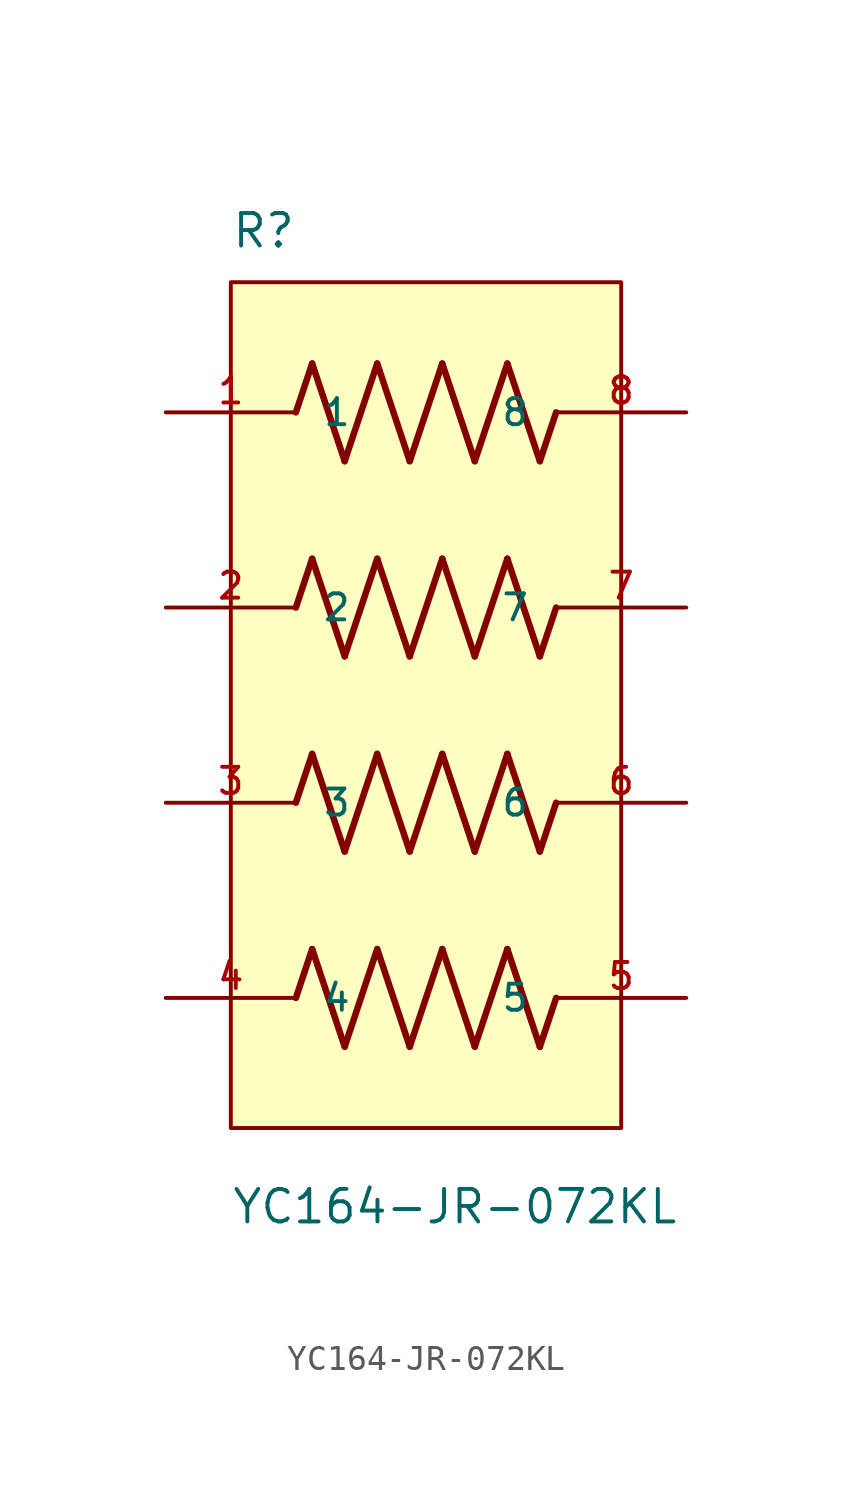
<source format=kicad_sym>
(kicad_symbol_lib
  (version 20211014)
  (generator kicad_symbol_editor)
  (symbol "YC164-JR-072KL"
    (pin_names
      (offset 1.016))
    (property "Reference" "R"
      (at -7.62 16.51 0)
      (effects (font (size 1.27 1.27)) (justify bottom left)))
    (property "Value" "YC164-JR-072KL"
      (at -7.62 -21.59 0)
      (effects (font (size 1.27 1.27)) (justify bottom left)))
    (symbol "YC164-JR-072KL_0_0"
      (polyline (pts (xy -5.08 10.16) (xy -4.445 12.065)) (stroke (width 0.254)))
      (polyline (pts (xy -4.445 12.065) (xy -3.175 8.255)) (stroke (width 0.254)))
      (polyline (pts (xy -3.175 8.255) (xy -1.905 12.065)) (stroke (width 0.254)))
      (polyline (pts (xy -1.905 12.065) (xy -0.635 8.255)) (stroke (width 0.254)))
      (polyline (pts (xy -0.635 8.255) (xy 0.635 12.065)) (stroke (width 0.254)))
      (polyline (pts (xy 0.635 12.065) (xy 1.905 8.255)) (stroke (width 0.254)))
      (polyline (pts (xy 1.905 8.255) (xy 3.175 12.065)) (stroke (width 0.254)))
      (polyline (pts (xy 3.175 12.065) (xy 4.445 8.255)) (stroke (width 0.254)))
      (polyline (pts (xy 4.445 8.255) (xy 5.08 10.16)) (stroke (width 0.254)))
      (polyline (pts (xy -5.08 2.54) (xy -4.445 4.445)) (stroke (width 0.254)))
      (polyline (pts (xy -4.445 4.445) (xy -3.175 0.635)) (stroke (width 0.254)))
      (polyline (pts (xy -3.175 0.635) (xy -1.905 4.445)) (stroke (width 0.254)))
      (polyline (pts (xy -1.905 4.445) (xy -0.635 0.635)) (stroke (width 0.254)))
      (polyline (pts (xy -0.635 0.635) (xy 0.635 4.445)) (stroke (width 0.254)))
      (polyline (pts (xy 0.635 4.445) (xy 1.905 0.635)) (stroke (width 0.254)))
      (polyline (pts (xy 1.905 0.635) (xy 3.175 4.445)) (stroke (width 0.254)))
      (polyline (pts (xy 3.175 4.445) (xy 4.445 0.635)) (stroke (width 0.254)))
      (polyline (pts (xy 4.445 0.635) (xy 5.08 2.54)) (stroke (width 0.254)))
      (polyline (pts (xy -5.08 -5.08) (xy -4.445 -3.175)) (stroke (width 0.254)))
      (polyline (pts (xy -4.445 -3.175) (xy -3.175 -6.985)) (stroke (width 0.254)))
      (polyline (pts (xy -3.175 -6.985) (xy -1.905 -3.175)) (stroke (width 0.254)))
      (polyline (pts (xy -1.905 -3.175) (xy -0.635 -6.985)) (stroke (width 0.254)))
      (polyline (pts (xy -0.635 -6.985) (xy 0.635 -3.175)) (stroke (width 0.254)))
      (polyline (pts (xy 0.635 -3.175) (xy 1.905 -6.985)) (stroke (width 0.254)))
      (polyline (pts (xy 1.905 -6.985) (xy 3.175 -3.175)) (stroke (width 0.254)))
      (polyline (pts (xy 3.175 -3.175) (xy 4.445 -6.985)) (stroke (width 0.254)))
      (polyline (pts (xy 4.445 -6.985) (xy 5.08 -5.08)) (stroke (width 0.254)))
      (polyline (pts (xy -5.08 -12.7) (xy -4.445 -10.795)) (stroke (width 0.254)))
      (polyline (pts (xy -4.445 -10.795) (xy -3.175 -14.605)) (stroke (width 0.254)))
      (polyline (pts (xy -3.175 -14.605) (xy -1.905 -10.795)) (stroke (width 0.254)))
      (polyline (pts (xy -1.905 -10.795) (xy -0.635 -14.605)) (stroke (width 0.254)))
      (polyline (pts (xy -0.635 -14.605) (xy 0.635 -10.795)) (stroke (width 0.254)))
      (polyline (pts (xy 0.635 -10.795) (xy 1.905 -14.605)) (stroke (width 0.254)))
      (polyline (pts (xy 1.905 -14.605) (xy 3.175 -10.795)) (stroke (width 0.254)))
      (polyline (pts (xy 3.175 -10.795) (xy 4.445 -14.605)) (stroke (width 0.254)))
      (polyline (pts (xy 4.445 -14.605) (xy 5.08 -12.7)) (stroke (width 0.254)))
      (rectangle (start -7.62 -17.78) (end 7.62 15.24) (stroke (width 0.152)) (fill (type background)))
      (pin passive line (at -10.16 10.16 0) (length 5.08) (name "1" (effects (font (size 1.016 1.016)))) (number "1" (effects (font (size 1.016 1.016)))))
      (pin passive line (at -10.16 2.54 0) (length 5.08) (name "2" (effects (font (size 1.016 1.016)))) (number "2" (effects (font (size 1.016 1.016)))))
      (pin passive line (at -10.16 -5.08 0) (length 5.08) (name "3" (effects (font (size 1.016 1.016)))) (number "3" (effects (font (size 1.016 1.016)))))
      (pin passive line (at -10.16 -12.7 0) (length 5.08) (name "4" (effects (font (size 1.016 1.016)))) (number "4" (effects (font (size 1.016 1.016)))))
      (pin passive line (at 10.16 -12.7 180.0) (length 5.08) (name "5" (effects (font (size 1.016 1.016)))) (number "5" (effects (font (size 1.016 1.016)))))
      (pin passive line (at 10.16 -5.08 180.0) (length 5.08) (name "6" (effects (font (size 1.016 1.016)))) (number "6" (effects (font (size 1.016 1.016)))))
      (pin passive line (at 10.16 2.54 180.0) (length 5.08) (name "7" (effects (font (size 1.016 1.016)))) (number "7" (effects (font (size 1.016 1.016)))))
      (pin passive line (at 10.16 10.16 180.0) (length 5.08) (name "8" (effects (font (size 1.016 1.016)))) (number "8" (effects (font (size 1.016 1.016))))))))
</source>
